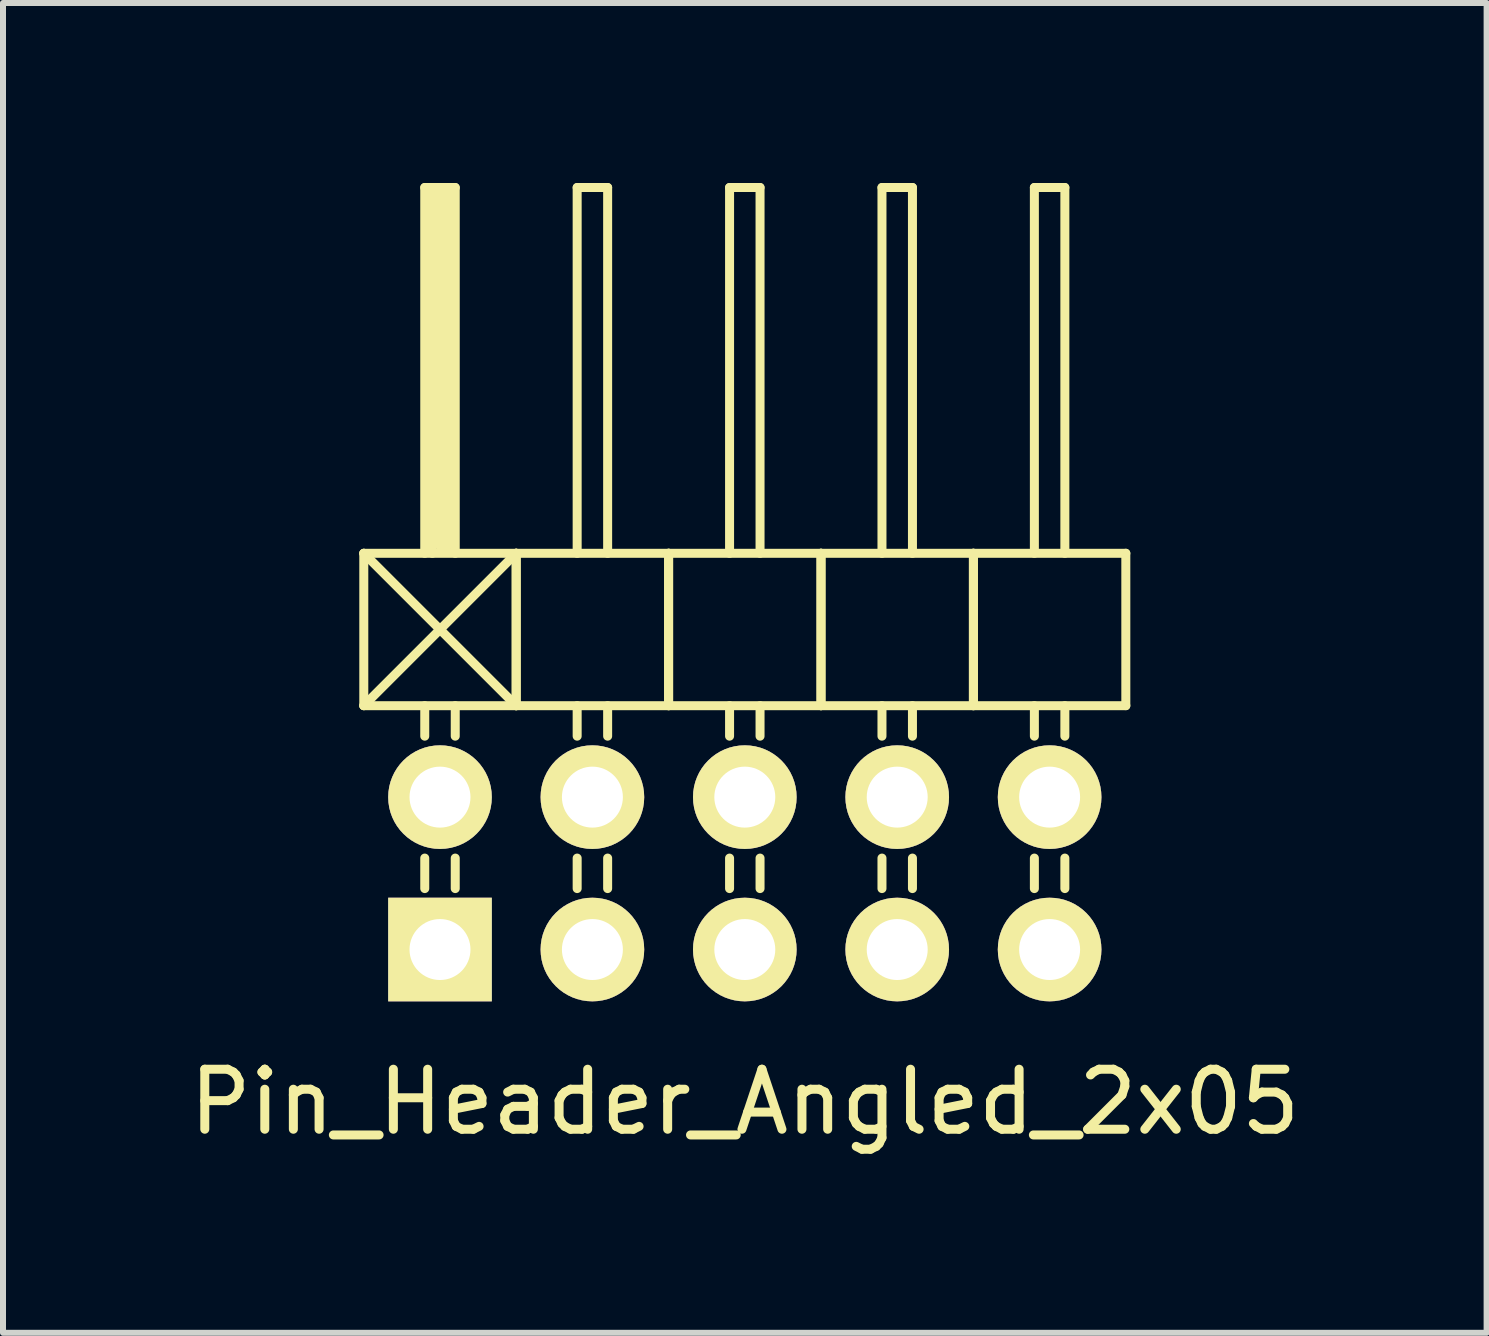
<source format=kicad_pcb>
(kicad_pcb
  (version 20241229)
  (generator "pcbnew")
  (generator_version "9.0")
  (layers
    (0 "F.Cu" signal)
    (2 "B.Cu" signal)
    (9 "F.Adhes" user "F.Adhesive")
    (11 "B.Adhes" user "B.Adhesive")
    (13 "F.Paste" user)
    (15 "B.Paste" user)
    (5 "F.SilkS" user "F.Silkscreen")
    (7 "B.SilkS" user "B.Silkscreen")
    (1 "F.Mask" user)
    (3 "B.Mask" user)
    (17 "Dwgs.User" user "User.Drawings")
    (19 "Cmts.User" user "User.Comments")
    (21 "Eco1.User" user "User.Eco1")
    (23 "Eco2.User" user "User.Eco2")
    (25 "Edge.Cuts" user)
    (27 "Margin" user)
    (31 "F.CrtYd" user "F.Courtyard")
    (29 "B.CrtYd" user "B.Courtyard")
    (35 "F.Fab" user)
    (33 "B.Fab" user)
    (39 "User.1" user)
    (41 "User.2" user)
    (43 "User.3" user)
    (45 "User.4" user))
  (footprint "Pin_Header_Angled_2x05"
    (layer "F.Cu")
    (at 9.363 11.505)
    (property "Reference" "Pin_Header_Angled_2x05" (at 0 3.81 0) (layer "F.SilkS") (effects (font (size 1 1) (thickness 0.15))))
    (attr through_hole)
    (fp_line (start -6.35 -5.334) (end -3.81 -2.794) (stroke (width 0.15) (type solid)) (layer "F.SilkS"))
    (fp_line (start -6.35 -2.794) (end -6.35 -5.334) (stroke (width 0.15) (type solid)) (layer "F.SilkS"))
    (fp_line (start -6.35 -2.794) (end -3.81 -5.334) (stroke (width 0.15) (type solid)) (layer "F.SilkS"))
    (fp_line (start -6.35 -2.794) (end -3.81 -2.794) (stroke (width 0.15) (type solid)) (layer "F.SilkS"))
    (fp_line (start -5.334 -11.43) (end -4.826 -11.43) (stroke (width 0.15) (type solid)) (layer "F.SilkS"))
    (fp_line (start -5.334 -5.334) (end -5.334 -11.43) (stroke (width 0.15) (type solid)) (layer "F.SilkS"))
    (fp_line (start -5.334 -2.794) (end -5.334 -2.286) (stroke (width 0.15) (type solid)) (layer "F.SilkS"))
    (fp_line (start -5.334 -0.254) (end -5.334 0.254) (stroke (width 0.15) (type solid)) (layer "F.SilkS"))
    (fp_line (start -5.207 -11.303) (end -4.953 -11.303) (stroke (width 0.15) (type solid)) (layer "F.SilkS"))
    (fp_line (start -5.207 -5.334) (end -5.207 -11.303) (stroke (width 0.15) (type solid)) (layer "F.SilkS"))
    (fp_line (start -5.08 -5.461) (end -5.08 -11.303) (stroke (width 0.15) (type solid)) (layer "F.SilkS"))
    (fp_line (start -4.953 -11.303) (end -4.953 -5.461) (stroke (width 0.15) (type solid)) (layer "F.SilkS"))
    (fp_line (start -4.953 -5.461) (end -5.08 -5.461) (stroke (width 0.15) (type solid)) (layer "F.SilkS"))
    (fp_line (start -4.826 -11.43) (end -4.826 -5.334) (stroke (width 0.15) (type solid)) (layer "F.SilkS"))
    (fp_line (start -4.826 -2.794) (end -4.826 -2.286) (stroke (width 0.15) (type solid)) (layer "F.SilkS"))
    (fp_line (start -4.826 -0.254) (end -4.826 0.254) (stroke (width 0.15) (type solid)) (layer "F.SilkS"))
    (fp_line (start -3.81 -5.334) (end -6.35 -5.334) (stroke (width 0.15) (type solid)) (layer "F.SilkS"))
    (fp_line (start -3.81 -2.794) (end -3.81 -5.334) (stroke (width 0.15) (type solid)) (layer "F.SilkS"))
    (fp_line (start -3.81 -2.794) (end -3.81 -5.334) (stroke (width 0.15) (type solid)) (layer "F.SilkS"))
    (fp_line (start -3.81 -2.794) (end -1.27 -2.794) (stroke (width 0.15) (type solid)) (layer "F.SilkS"))
    (fp_line (start -2.794 -11.43) (end -2.286 -11.43) (stroke (width 0.15) (type solid)) (layer "F.SilkS"))
    (fp_line (start -2.794 -5.334) (end -2.794 -11.43) (stroke (width 0.15) (type solid)) (layer "F.SilkS"))
    (fp_line (start -2.794 -2.794) (end -2.794 -2.286) (stroke (width 0.15) (type solid)) (layer "F.SilkS"))
    (fp_line (start -2.794 -0.254) (end -2.794 0.254) (stroke (width 0.15) (type solid)) (layer "F.SilkS"))
    (fp_line (start -2.286 -11.43) (end -2.286 -5.334) (stroke (width 0.15) (type solid)) (layer "F.SilkS"))
    (fp_line (start -2.286 -2.794) (end -2.286 -2.286) (stroke (width 0.15) (type solid)) (layer "F.SilkS"))
    (fp_line (start -2.286 -0.254) (end -2.286 0.254) (stroke (width 0.15) (type solid)) (layer "F.SilkS"))
    (fp_line (start -1.27 -5.334) (end -3.81 -5.334) (stroke (width 0.15) (type solid)) (layer "F.SilkS"))
    (fp_line (start -1.27 -2.794) (end -1.27 -5.334) (stroke (width 0.15) (type solid)) (layer "F.SilkS"))
    (fp_line (start -1.27 -2.794) (end -1.27 -5.334) (stroke (width 0.15) (type solid)) (layer "F.SilkS"))
    (fp_line (start -1.27 -2.794) (end 1.27 -2.794) (stroke (width 0.15) (type solid)) (layer "F.SilkS"))
    (fp_line (start -0.254 -11.43) (end 0.254 -11.43) (stroke (width 0.15) (type solid)) (layer "F.SilkS"))
    (fp_line (start -0.254 -5.334) (end -0.254 -11.43) (stroke (width 0.15) (type solid)) (layer "F.SilkS"))
    (fp_line (start -0.254 -2.794) (end -0.254 -2.286) (stroke (width 0.15) (type solid)) (layer "F.SilkS"))
    (fp_line (start -0.254 -0.254) (end -0.254 0.254) (stroke (width 0.15) (type solid)) (layer "F.SilkS"))
    (fp_line (start 0.254 -11.43) (end 0.254 -5.334) (stroke (width 0.15) (type solid)) (layer "F.SilkS"))
    (fp_line (start 0.254 -2.794) (end 0.254 -2.286) (stroke (width 0.15) (type solid)) (layer "F.SilkS"))
    (fp_line (start 0.254 -0.254) (end 0.254 0.254) (stroke (width 0.15) (type solid)) (layer "F.SilkS"))
    (fp_line (start 1.27 -5.334) (end -1.27 -5.334) (stroke (width 0.15) (type solid)) (layer "F.SilkS"))
    (fp_line (start 1.27 -2.794) (end 1.27 -5.334) (stroke (width 0.15) (type solid)) (layer "F.SilkS"))
    (fp_line (start 1.27 -2.794) (end 1.27 -5.334) (stroke (width 0.15) (type solid)) (layer "F.SilkS"))
    (fp_line (start 1.27 -2.794) (end 3.81 -2.794) (stroke (width 0.15) (type solid)) (layer "F.SilkS"))
    (fp_line (start 2.286 -11.43) (end 2.794 -11.43) (stroke (width 0.15) (type solid)) (layer "F.SilkS"))
    (fp_line (start 2.286 -5.334) (end 2.286 -11.43) (stroke (width 0.15) (type solid)) (layer "F.SilkS"))
    (fp_line (start 2.286 -2.794) (end 2.286 -2.286) (stroke (width 0.15) (type solid)) (layer "F.SilkS"))
    (fp_line (start 2.286 -0.254) (end 2.286 0.254) (stroke (width 0.15) (type solid)) (layer "F.SilkS"))
    (fp_line (start 2.794 -11.43) (end 2.794 -5.334) (stroke (width 0.15) (type solid)) (layer "F.SilkS"))
    (fp_line (start 2.794 -2.794) (end 2.794 -2.286) (stroke (width 0.15) (type solid)) (layer "F.SilkS"))
    (fp_line (start 2.794 -0.254) (end 2.794 0.254) (stroke (width 0.15) (type solid)) (layer "F.SilkS"))
    (fp_line (start 3.81 -5.334) (end 1.27 -5.334) (stroke (width 0.15) (type solid)) (layer "F.SilkS"))
    (fp_line (start 3.81 -2.794) (end 3.81 -5.334) (stroke (width 0.15) (type solid)) (layer "F.SilkS"))
    (fp_line (start 3.81 -2.794) (end 3.81 -5.334) (stroke (width 0.15) (type solid)) (layer "F.SilkS"))
    (fp_line (start 3.81 -2.794) (end 6.35 -2.794) (stroke (width 0.15) (type solid)) (layer "F.SilkS"))
    (fp_line (start 4.826 -11.43) (end 5.334 -11.43) (stroke (width 0.15) (type solid)) (layer "F.SilkS"))
    (fp_line (start 4.826 -5.334) (end 4.826 -11.43) (stroke (width 0.15) (type solid)) (layer "F.SilkS"))
    (fp_line (start 4.826 -2.794) (end 4.826 -2.286) (stroke (width 0.15) (type solid)) (layer "F.SilkS"))
    (fp_line (start 4.826 -0.254) (end 4.826 0.254) (stroke (width 0.15) (type solid)) (layer "F.SilkS"))
    (fp_line (start 5.334 -11.43) (end 5.334 -5.334) (stroke (width 0.15) (type solid)) (layer "F.SilkS"))
    (fp_line (start 5.334 -2.794) (end 5.334 -2.286) (stroke (width 0.15) (type solid)) (layer "F.SilkS"))
    (fp_line (start 5.334 -0.254) (end 5.334 0.254) (stroke (width 0.15) (type solid)) (layer "F.SilkS"))
    (fp_line (start 6.35 -5.334) (end 3.81 -5.334) (stroke (width 0.15) (type solid)) (layer "F.SilkS"))
    (fp_line (start 6.35 -2.794) (end 6.35 -5.334) (stroke (width 0.15) (type solid)) (layer "F.SilkS"))
    (pad "1" thru_hole rect (at -5.08 1.27) (size 1.727 1.727) (drill 1.016) (layers "*.Cu" "*.Mask" "F.SilkS"))
    (pad "2" thru_hole oval (at -5.08 -1.27) (size 1.727 1.727) (drill 1.016) (layers "*.Cu" "*.Mask" "F.SilkS"))
    (pad "3" thru_hole oval (at -2.54 1.27) (size 1.727 1.727) (drill 1.016) (layers "*.Cu" "*.Mask" "F.SilkS"))
    (pad "4" thru_hole oval (at -2.54 -1.27) (size 1.727 1.727) (drill 1.016) (layers "*.Cu" "*.Mask" "F.SilkS"))
    (pad "5" thru_hole oval (at 0 1.27) (size 1.727 1.727) (drill 1.016) (layers "*.Cu" "*.Mask" "F.SilkS"))
    (pad "6" thru_hole oval (at 0 -1.27) (size 1.727 1.727) (drill 1.016) (layers "*.Cu" "*.Mask" "F.SilkS"))
    (pad "7" thru_hole oval (at 2.54 1.27) (size 1.727 1.727) (drill 1.016) (layers "*.Cu" "*.Mask" "F.SilkS"))
    (pad "8" thru_hole oval (at 2.54 -1.27) (size 1.727 1.727) (drill 1.016) (layers "*.Cu" "*.Mask" "F.SilkS"))
    (pad "9" thru_hole oval (at 5.08 1.27) (size 1.727 1.727) (drill 1.016) (layers "*.Cu" "*.Mask" "F.SilkS"))
    (pad "10" thru_hole oval (at 5.08 -1.27) (size 1.727 1.727) (drill 1.016) (layers "*.Cu" "*.Mask" "F.SilkS")))
  (gr_rect
    (start -3 -3)
    (end 21.726 19.163)
    (stroke (width 0.1) (type default))
    (fill no)
    (layer "Edge.Cuts")))
</source>
